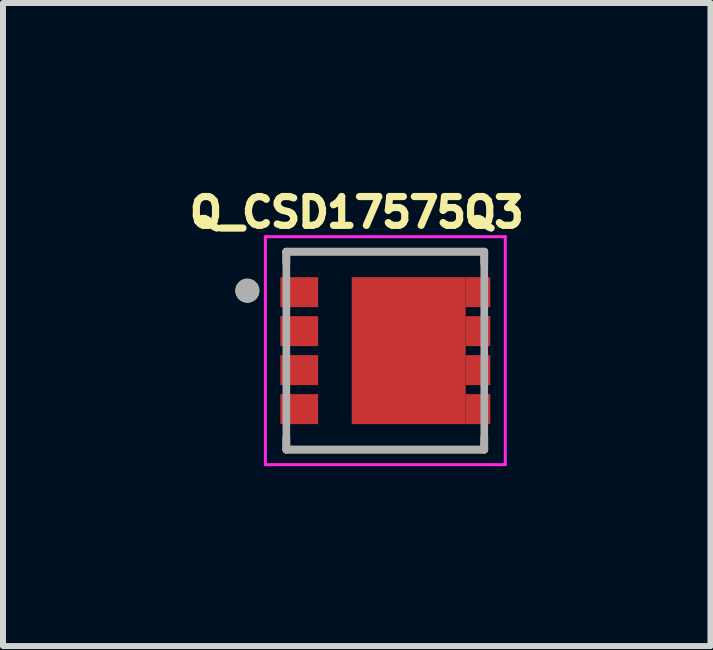
<source format=kicad_pcb>
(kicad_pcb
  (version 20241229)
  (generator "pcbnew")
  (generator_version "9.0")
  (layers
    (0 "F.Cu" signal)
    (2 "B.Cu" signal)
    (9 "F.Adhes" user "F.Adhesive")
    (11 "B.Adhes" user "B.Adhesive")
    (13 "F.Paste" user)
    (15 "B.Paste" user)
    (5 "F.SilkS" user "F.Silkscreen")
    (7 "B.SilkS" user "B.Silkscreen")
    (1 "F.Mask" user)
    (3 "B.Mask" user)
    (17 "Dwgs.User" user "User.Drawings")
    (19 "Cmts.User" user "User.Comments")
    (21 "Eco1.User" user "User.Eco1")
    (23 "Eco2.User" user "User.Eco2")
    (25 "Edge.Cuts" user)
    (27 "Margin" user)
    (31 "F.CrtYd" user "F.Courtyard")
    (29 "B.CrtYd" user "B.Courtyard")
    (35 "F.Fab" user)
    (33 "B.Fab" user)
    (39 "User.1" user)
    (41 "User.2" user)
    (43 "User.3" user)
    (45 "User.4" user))
  (footprint "Q_CSD17575Q3"
    (layer "F.Cu")
    (at 3.374 2.796)
    (property "Reference" "Q_CSD17575Q3" (at -0.476 -2.305 0) (layer "F.SilkS") (effects (font (size 0.48 0.48) (thickness 0.12))))
    (attr smd)
    (fp_line (start -1.65 -1.65) (end -1.65 -1.453) (stroke (width 0.127) (type solid)) (layer "F.SilkS"))
    (fp_line (start -1.65 1.453) (end -1.65 1.65) (stroke (width 0.127) (type solid)) (layer "F.SilkS"))
    (fp_line (start -1.65 1.65) (end 1.65 1.65) (stroke (width 0.127) (type solid)) (layer "F.SilkS"))
    (fp_line (start 1.65 -1.65) (end -1.65 -1.65) (stroke (width 0.127) (type solid)) (layer "F.SilkS"))
    (fp_line (start 1.65 -1.453) (end 1.65 -1.65) (stroke (width 0.127) (type solid)) (layer "F.SilkS"))
    (fp_line (start 1.65 1.65) (end 1.65 1.453) (stroke (width 0.127) (type solid)) (layer "F.SilkS"))
    (fp_circle (center -2.3 -1) (end -2.2 -1) (stroke (width 0.2) (type solid)) (fill no) (layer "F.SilkS"))
    (fp_poly (pts (xy -1.21 -1.145) (xy -1.21 -0.805) (xy -1.66 -0.805) (xy -1.66 -1.145)) (stroke (width 0.01) (type solid)) (fill yes) (layer "F.Paste"))
    (fp_poly (pts (xy -1.21 -0.495) (xy -1.21 -0.155) (xy -1.66 -0.155) (xy -1.66 -0.495)) (stroke (width 0.01) (type solid)) (fill yes) (layer "F.Paste"))
    (fp_poly (pts (xy -1.21 0.155) (xy -1.21 0.495) (xy -1.66 0.495) (xy -1.66 0.155)) (stroke (width 0.01) (type solid)) (fill yes) (layer "F.Paste"))
    (fp_poly (pts (xy -1.21 0.805) (xy -1.21 1.145) (xy -1.66 1.145) (xy -1.66 0.805)) (stroke (width 0.01) (type solid)) (fill yes) (layer "F.Paste"))
    (fp_poly (pts (xy 0.985 -1.145) (xy 0.985 -0.125) (xy -0.46 -0.125) (xy -0.46 -1.145)) (stroke (width 0.01) (type solid)) (fill yes) (layer "F.Paste"))
    (fp_poly (pts (xy 0.985 0.125) (xy 0.985 1.145) (xy -0.46 1.145) (xy -0.46 0.125)) (stroke (width 0.01) (type solid)) (fill yes) (layer "F.Paste"))
    (fp_poly (pts (xy 1.66 -1.145) (xy 1.66 -0.805) (xy 1.21 -0.805) (xy 1.21 -1.145)) (stroke (width 0.01) (type solid)) (fill yes) (layer "F.Paste"))
    (fp_poly (pts (xy 1.66 -0.495) (xy 1.66 -0.155) (xy 1.21 -0.155) (xy 1.21 -0.495)) (stroke (width 0.01) (type solid)) (fill yes) (layer "F.Paste"))
    (fp_poly (pts (xy 1.66 0.155) (xy 1.66 0.495) (xy 1.21 0.495) (xy 1.21 0.155)) (stroke (width 0.01) (type solid)) (fill yes) (layer "F.Paste"))
    (fp_poly (pts (xy 1.66 0.805) (xy 1.66 1.145) (xy 1.21 1.145) (xy 1.21 0.805)) (stroke (width 0.01) (type solid)) (fill yes) (layer "F.Paste"))
    (fp_line (start -2 -1.9) (end 2 -1.9) (stroke (width 0.05) (type solid)) (layer "F.CrtYd"))
    (fp_line (start -2 1.9) (end -2 -1.9) (stroke (width 0.05) (type solid)) (layer "F.CrtYd"))
    (fp_line (start 2 -1.9) (end 2 1.9) (stroke (width 0.05) (type solid)) (layer "F.CrtYd"))
    (fp_line (start 2 1.9) (end -2 1.9) (stroke (width 0.05) (type solid)) (layer "F.CrtYd"))
    (fp_line (start -1.65 -1.65) (end 1.65 -1.65) (stroke (width 0.127) (type solid)) (layer "F.Fab"))
    (fp_line (start -1.65 1.65) (end -1.65 -1.65) (stroke (width 0.127) (type solid)) (layer "F.Fab"))
    (fp_line (start 1.65 -1.65) (end 1.65 1.65) (stroke (width 0.127) (type solid)) (layer "F.Fab"))
    (fp_line (start 1.65 1.65) (end -1.65 1.65) (stroke (width 0.127) (type solid)) (layer "F.Fab"))
    (fp_circle (center -2.3 -1) (end -2.2 -1) (stroke (width 0.2) (type solid)) (fill no) (layer "F.Fab"))
    (pad "1" smd rect (at -1.435 -0.975) (size 0.63 0.5) (layers "F.Cu" "F.Mask"))
    (pad "2" smd rect (at -1.435 -0.325) (size 0.63 0.5) (layers "F.Cu" "F.Mask"))
    (pad "3" smd rect (at -1.435 0.325) (size 0.63 0.5) (layers "F.Cu" "F.Mask"))
    (pad "4" smd rect (at -1.435 0.975) (size 0.63 0.5) (layers "F.Cu" "F.Mask"))
    (pad "5" smd rect (at 1.545 0.975) (size 0.41 0.5) (layers "F.Cu" "F.Mask"))
    (pad "6" smd rect (at 1.545 0.325) (size 0.41 0.5) (layers "F.Cu" "F.Mask"))
    (pad "7" smd rect (at 1.545 -0.325) (size 0.41 0.5) (layers "F.Cu" "F.Mask"))
    (pad "8" smd rect (at 1.545 -0.975) (size 0.41 0.5) (layers "F.Cu" "F.Mask"))
    (pad "9" smd rect (at 0.39 0) (size 1.9 2.45) (layers "F.Cu" "F.Mask")))
  (gr_rect
    (start -3 -3)
    (end 8.795 7.721)
    (stroke (width 0.1) (type default))
    (fill no)
    (layer "Edge.Cuts")))
</source>
